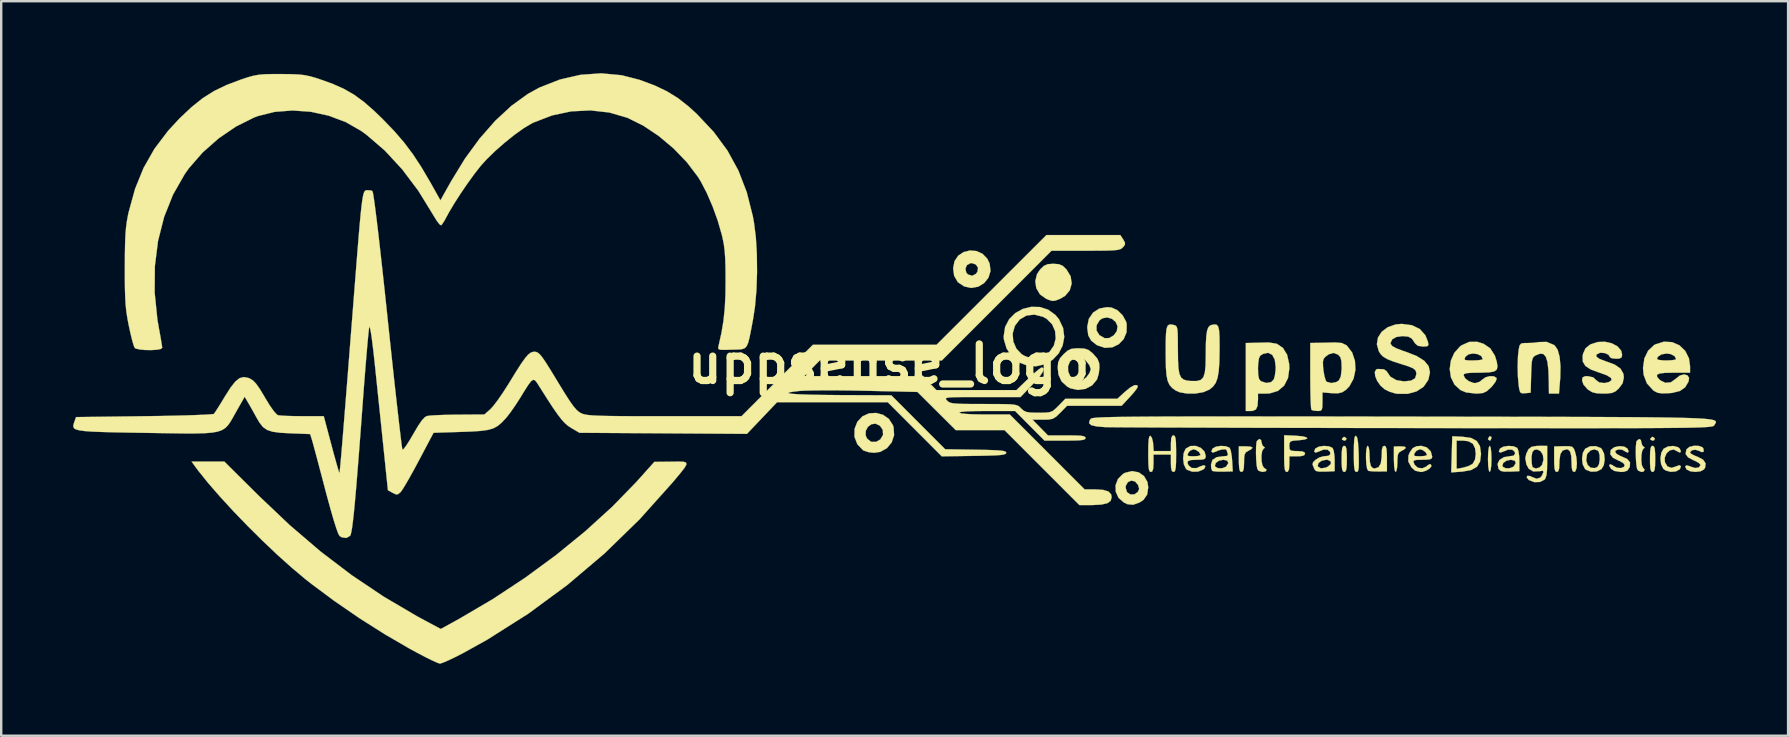
<source format=kicad_pcb>
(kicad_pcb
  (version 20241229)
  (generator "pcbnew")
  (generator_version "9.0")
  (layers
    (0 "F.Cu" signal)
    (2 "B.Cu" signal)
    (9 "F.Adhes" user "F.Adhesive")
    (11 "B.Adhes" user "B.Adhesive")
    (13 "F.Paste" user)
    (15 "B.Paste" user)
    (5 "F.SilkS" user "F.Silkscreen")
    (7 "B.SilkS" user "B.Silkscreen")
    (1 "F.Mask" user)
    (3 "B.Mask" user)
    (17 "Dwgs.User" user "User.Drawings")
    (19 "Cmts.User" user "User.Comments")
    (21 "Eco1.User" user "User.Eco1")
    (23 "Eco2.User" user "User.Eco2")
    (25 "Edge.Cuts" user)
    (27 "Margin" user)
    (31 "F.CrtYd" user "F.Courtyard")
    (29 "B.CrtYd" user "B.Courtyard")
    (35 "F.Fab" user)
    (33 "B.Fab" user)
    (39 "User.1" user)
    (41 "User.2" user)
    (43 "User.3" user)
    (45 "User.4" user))
  (footprint "uppsense_logo"
    (layer "F.Cu")
    (at 33.969 12.111)
    (property "Reference" "uppsense_logo" (at 0 0 0) (layer "F.SilkS") (effects (font (size 1.524 1.524) (thickness 0.3))))
    (attr through_hole)
    (fp_poly (pts (xy 19.063 3.094) (xy 19.072 3.115) (xy 19.037 3.181) (xy 18.977 3.193) (xy 18.887 3.156) (xy 18.882 3.115) (xy 18.957 3.04) (xy 18.977 3.037) (xy 19.063 3.094)) (stroke (width 0.01) (type solid)) (fill yes) (layer "F.SilkS"))
    (fp_poly (pts (xy 25.099 3.028) (xy 25.11 3.08) (xy 25.072 3.179) (xy 25.037 3.193) (xy 24.967 3.141) (xy 24.965 3.125) (xy 25.017 3.027) (xy 25.037 3.012) (xy 25.099 3.028)) (stroke (width 0.01) (type solid)) (fill yes) (layer "F.SilkS"))
    (fp_poly (pts (xy 31.908 3.094) (xy 31.918 3.115) (xy 31.882 3.181) (xy 31.823 3.193) (xy 31.732 3.156) (xy 31.728 3.115) (xy 31.803 3.04) (xy 31.823 3.037) (xy 31.908 3.094)) (stroke (width 0.01) (type solid)) (fill yes) (layer "F.SilkS"))
    (fp_poly (pts (xy 19.035 3.439) (xy 19.069 3.542) (xy 19.084 3.746) (xy 19.086 3.955) (xy 19.081 4.242) (xy 19.06 4.411) (xy 19.019 4.487) (xy 18.977 4.499) (xy 18.92 4.471) (xy 18.886 4.368) (xy 18.871 4.164) (xy 18.869 3.955) (xy 18.874 3.668) (xy 18.895 3.5) (xy 18.936 3.423) (xy 18.977 3.411) (xy 19.035 3.439)) (stroke (width 0.01) (type solid)) (fill yes) (layer "F.SilkS"))
    (fp_poly (pts (xy 25.074 3.478) (xy 25.099 3.661) (xy 25.11 3.93) (xy 25.11 3.955) (xy 25.101 4.229) (xy 25.076 4.421) (xy 25.041 4.499) (xy 25.037 4.499) (xy 25.001 4.432) (xy 24.975 4.249) (xy 24.965 3.981) (xy 24.965 3.955) (xy 24.974 3.681) (xy 24.998 3.49) (xy 25.034 3.411) (xy 25.037 3.411) (xy 25.074 3.478)) (stroke (width 0.01) (type solid)) (fill yes) (layer "F.SilkS"))
    (fp_poly (pts (xy 31.88 3.439) (xy 31.914 3.542) (xy 31.929 3.746) (xy 31.931 3.955) (xy 31.926 4.242) (xy 31.905 4.411) (xy 31.864 4.487) (xy 31.823 4.499) (xy 31.765 4.471) (xy 31.731 4.368) (xy 31.716 4.164) (xy 31.714 3.955) (xy 31.719 3.668) (xy 31.74 3.5) (xy 31.781 3.423) (xy 31.823 3.411) (xy 31.88 3.439)) (stroke (width 0.01) (type solid)) (fill yes) (layer "F.SilkS"))
    (fp_poly (pts (xy 15.088 3.446) (xy 15.158 3.491) (xy 15.086 3.564) (xy 14.986 3.615) (xy 14.88 3.68) (xy 14.826 3.778) (xy 14.806 3.953) (xy 14.805 4.099) (xy 14.795 4.34) (xy 14.761 4.464) (xy 14.696 4.499) (xy 14.638 4.471) (xy 14.604 4.366) (xy 14.589 4.161) (xy 14.587 3.965) (xy 14.587 3.431) (xy 14.877 3.431) (xy 15.088 3.446)) (stroke (width 0.01) (type solid)) (fill yes) (layer "F.SilkS"))
    (fp_poly (pts (xy 21.491 3.445) (xy 21.544 3.494) (xy 21.458 3.572) (xy 21.372 3.615) (xy 21.267 3.68) (xy 21.212 3.778) (xy 21.193 3.953) (xy 21.191 4.099) (xy 21.179 4.318) (xy 21.148 4.463) (xy 21.118 4.499) (xy 21.081 4.432) (xy 21.056 4.25) (xy 21.046 3.985) (xy 21.046 3.97) (xy 21.046 3.44) (xy 21.3 3.432) (xy 21.491 3.445)) (stroke (width 0.01) (type solid)) (fill yes) (layer "F.SilkS"))
    (fp_poly (pts (xy 19.467 2.993) (xy 19.516 3.071) (xy 19.551 3.271) (xy 19.573 3.604) (xy 19.579 3.761) (xy 19.585 4.1) (xy 19.58 4.319) (xy 19.559 4.442) (xy 19.521 4.493) (xy 19.488 4.499) (xy 19.437 4.478) (xy 19.405 4.397) (xy 19.386 4.233) (xy 19.378 3.963) (xy 19.377 3.731) (xy 19.381 3.374) (xy 19.395 3.143) (xy 19.422 3.022) (xy 19.463 2.992) (xy 19.467 2.993)) (stroke (width 0.01) (type solid)) (fill yes) (layer "F.SilkS"))
    (fp_poly (pts (xy 7.09 -4.156) (xy 7.251 -4.087) (xy 7.408 -3.936) (xy 7.581 -3.65) (xy 7.624 -3.351) (xy 7.544 -3.068) (xy 7.347 -2.834) (xy 7.141 -2.714) (xy 6.953 -2.641) (xy 6.823 -2.624) (xy 6.679 -2.666) (xy 6.554 -2.719) (xy 6.302 -2.899) (xy 6.15 -3.154) (xy 6.107 -3.447) (xy 6.179 -3.742) (xy 6.308 -3.936) (xy 6.467 -4.088) (xy 6.629 -4.157) (xy 6.858 -4.173) (xy 7.09 -4.156)) (stroke (width 0.01) (type solid)) (fill yes) (layer "F.SilkS"))
    (fp_poly (pts (xy 15.513 3.169) (xy 15.53 3.26) (xy 15.572 3.396) (xy 15.621 3.441) (xy 15.674 3.489) (xy 15.621 3.526) (xy 15.559 3.624) (xy 15.53 3.807) (xy 15.532 4.021) (xy 15.565 4.21) (xy 15.626 4.321) (xy 15.639 4.328) (xy 15.741 4.402) (xy 15.713 4.47) (xy 15.571 4.499) (xy 15.413 4.451) (xy 15.356 4.372) (xy 15.327 4.208) (xy 15.308 3.968) (xy 15.301 3.7) (xy 15.305 3.451) (xy 15.322 3.268) (xy 15.339 3.209) (xy 15.437 3.125) (xy 15.513 3.169)) (stroke (width 0.01) (type solid)) (fill yes) (layer "F.SilkS"))
    (fp_poly (pts (xy 31.334 3.169) (xy 31.351 3.26) (xy 31.393 3.396) (xy 31.442 3.441) (xy 31.495 3.489) (xy 31.442 3.526) (xy 31.389 3.618) (xy 31.358 3.799) (xy 31.352 4.012) (xy 31.371 4.201) (xy 31.417 4.313) (xy 31.423 4.318) (xy 31.495 4.41) (xy 31.441 4.484) (xy 31.356 4.499) (xy 31.221 4.442) (xy 31.176 4.372) (xy 31.147 4.208) (xy 31.129 3.968) (xy 31.121 3.7) (xy 31.125 3.451) (xy 31.142 3.268) (xy 31.159 3.209) (xy 31.258 3.125) (xy 31.334 3.169)) (stroke (width 0.01) (type solid)) (fill yes) (layer "F.SilkS"))
    (fp_poly (pts (xy 32.88 3.467) (xy 32.949 3.521) (xy 33.002 3.636) (xy 32.966 3.694) (xy 32.87 3.653) (xy 32.859 3.642) (xy 32.702 3.564) (xy 32.54 3.599) (xy 32.405 3.72) (xy 32.328 3.901) (xy 32.334 4.09) (xy 32.438 4.267) (xy 32.609 4.329) (xy 32.794 4.27) (xy 32.937 4.217) (xy 33.003 4.257) (xy 32.965 4.368) (xy 32.949 4.389) (xy 32.793 4.477) (xy 32.579 4.494) (xy 32.371 4.44) (xy 32.269 4.367) (xy 32.177 4.179) (xy 32.149 3.934) (xy 32.186 3.695) (xy 32.282 3.531) (xy 32.465 3.438) (xy 32.686 3.416) (xy 32.88 3.467)) (stroke (width 0.01) (type solid)) (fill yes) (layer "F.SilkS"))
    (fp_poly (pts (xy 28.471 3.452) (xy 28.54 3.525) (xy 28.587 3.642) (xy 28.646 3.881) (xy 28.668 4.126) (xy 28.654 4.336) (xy 28.606 4.471) (xy 28.557 4.499) (xy 28.488 4.46) (xy 28.455 4.324) (xy 28.448 4.143) (xy 28.434 3.835) (xy 28.387 3.65) (xy 28.301 3.566) (xy 28.237 3.556) (xy 28.076 3.605) (xy 27.979 3.759) (xy 27.941 4.034) (xy 27.94 4.115) (xy 27.93 4.351) (xy 27.893 4.47) (xy 27.831 4.499) (xy 27.773 4.47) (xy 27.739 4.366) (xy 27.724 4.159) (xy 27.722 3.968) (xy 27.722 3.437) (xy 28.115 3.426) (xy 28.344 3.425) (xy 28.471 3.452)) (stroke (width 0.01) (type solid)) (fill yes) (layer "F.SilkS"))
    (fp_poly (pts (xy 20.705 3.44) (xy 20.738 3.544) (xy 20.753 3.751) (xy 20.755 3.943) (xy 20.755 4.475) (xy 20.411 4.479) (xy 20.186 4.475) (xy 20.017 4.459) (xy 19.975 4.449) (xy 19.93 4.368) (xy 19.9 4.192) (xy 19.884 3.967) (xy 19.885 3.734) (xy 19.902 3.539) (xy 19.936 3.424) (xy 19.957 3.411) (xy 19.999 3.476) (xy 20.025 3.643) (xy 20.03 3.768) (xy 20.044 4.075) (xy 20.09 4.261) (xy 20.177 4.344) (xy 20.241 4.354) (xy 20.402 4.306) (xy 20.498 4.151) (xy 20.536 3.877) (xy 20.538 3.795) (xy 20.548 3.56) (xy 20.585 3.441) (xy 20.647 3.411) (xy 20.705 3.44)) (stroke (width 0.01) (type solid)) (fill yes) (layer "F.SilkS"))
    (fp_poly (pts (xy 23.912 3.033) (xy 24.264 3.084) (xy 24.498 3.209) (xy 24.63 3.422) (xy 24.674 3.737) (xy 24.674 3.765) (xy 24.634 4.071) (xy 24.504 4.284) (xy 24.268 4.417) (xy 23.914 4.482) (xy 23.872 4.486) (xy 23.435 4.517) (xy 23.456 3.764) (xy 23.472 3.193) (xy 23.658 3.193) (xy 23.658 4.37) (xy 23.93 4.32) (xy 24.146 4.256) (xy 24.315 4.168) (xy 24.33 4.155) (xy 24.423 3.989) (xy 24.456 3.753) (xy 24.428 3.511) (xy 24.337 3.327) (xy 24.336 3.326) (xy 24.15 3.22) (xy 23.937 3.193) (xy 23.658 3.193) (xy 23.472 3.193) (xy 23.477 3.012) (xy 23.912 3.033)) (stroke (width 0.01) (type solid)) (fill yes) (layer "F.SilkS"))
    (fp_poly (pts (xy 3.654 -4.704) (xy 3.906 -4.591) (xy 4.109 -4.383) (xy 4.207 -4.178) (xy 4.242 -3.873) (xy 4.158 -3.596) (xy 3.979 -3.37) (xy 3.732 -3.219) (xy 3.443 -3.166) (xy 3.148 -3.228) (xy 2.88 -3.407) (xy 2.727 -3.673) (xy 2.686 -3.969) (xy 3.197 -3.969) (xy 3.231 -3.807) (xy 3.302 -3.728) (xy 3.477 -3.673) (xy 3.635 -3.753) (xy 3.7 -3.845) (xy 3.722 -4.008) (xy 3.633 -4.141) (xy 3.469 -4.201) (xy 3.407 -4.198) (xy 3.26 -4.118) (xy 3.197 -3.969) (xy 2.686 -3.969) (xy 2.685 -3.977) (xy 2.743 -4.282) (xy 2.898 -4.511) (xy 3.121 -4.66) (xy 3.383 -4.726) (xy 3.654 -4.704)) (stroke (width 0.01) (type solid)) (fill yes) (layer "F.SilkS"))
    (fp_poly (pts (xy 10.416 4.516) (xy 10.639 4.674) (xy 10.78 4.918) (xy 10.813 5.137) (xy 10.768 5.441) (xy 10.619 5.657) (xy 10.452 5.769) (xy 10.188 5.864) (xy 9.953 5.844) (xy 9.805 5.777) (xy 9.577 5.58) (xy 9.46 5.325) (xy 9.455 5.154) (xy 9.87 5.154) (xy 9.926 5.336) (xy 10.064 5.434) (xy 10.235 5.433) (xy 10.379 5.332) (xy 10.435 5.205) (xy 10.39 5.042) (xy 10.264 4.895) (xy 10.106 4.859) (xy 9.961 4.925) (xy 9.876 5.082) (xy 9.87 5.154) (xy 9.455 5.154) (xy 9.452 5.051) (xy 9.551 4.792) (xy 9.757 4.584) (xy 9.846 4.534) (xy 10.142 4.463) (xy 10.416 4.516)) (stroke (width 0.01) (type solid)) (fill yes) (layer "F.SilkS"))
    (fp_poly (pts (xy 16.964 2.99) (xy 17.245 3.016) (xy 17.405 3.057) (xy 17.439 3.103) (xy 17.341 3.146) (xy 17.105 3.177) (xy 17.072 3.179) (xy 16.851 3.196) (xy 16.738 3.231) (xy 16.697 3.305) (xy 16.691 3.415) (xy 16.701 3.546) (xy 16.757 3.609) (xy 16.898 3.627) (xy 17.018 3.629) (xy 17.233 3.643) (xy 17.331 3.691) (xy 17.345 3.737) (xy 17.302 3.809) (xy 17.157 3.842) (xy 17.018 3.846) (xy 16.691 3.846) (xy 16.691 4.173) (xy 16.677 4.388) (xy 16.629 4.486) (xy 16.583 4.499) (xy 16.533 4.476) (xy 16.501 4.391) (xy 16.482 4.219) (xy 16.475 3.939) (xy 16.474 3.734) (xy 16.474 2.969) (xy 16.964 2.99)) (stroke (width 0.01) (type solid)) (fill yes) (layer "F.SilkS"))
    (fp_poly (pts (xy 29.657 3.5) (xy 29.707 3.544) (xy 29.799 3.732) (xy 29.827 3.977) (xy 29.79 4.215) (xy 29.694 4.379) (xy 29.495 4.478) (xy 29.259 4.488) (xy 29.053 4.411) (xy 29.004 4.367) (xy 28.911 4.179) (xy 28.893 4.019) (xy 29.056 4.019) (xy 29.117 4.209) (xy 29.246 4.324) (xy 29.42 4.337) (xy 29.526 4.29) (xy 29.59 4.179) (xy 29.62 3.991) (xy 29.614 3.789) (xy 29.569 3.637) (xy 29.552 3.615) (xy 29.406 3.556) (xy 29.24 3.6) (xy 29.111 3.727) (xy 29.086 3.781) (xy 29.056 4.019) (xy 28.893 4.019) (xy 28.884 3.934) (xy 28.921 3.695) (xy 29.016 3.531) (xy 29.215 3.432) (xy 29.451 3.422) (xy 29.657 3.5)) (stroke (width 0.01) (type solid)) (fill yes) (layer "F.SilkS"))
    (fp_poly (pts (xy -0.236 2.118) (xy 0.008 2.289) (xy 0.176 2.548) (xy 0.205 2.637) (xy 0.226 2.967) (xy 0.126 3.267) (xy -0.074 3.509) (xy -0.35 3.662) (xy -0.602 3.701) (xy -0.838 3.675) (xy -1.038 3.609) (xy -1.073 3.588) (xy -1.305 3.344) (xy -1.424 3.038) (xy -1.424 2.985) (xy -0.957 2.985) (xy -0.895 3.115) (xy -0.73 3.243) (xy -0.528 3.247) (xy -0.35 3.146) (xy -0.234 2.956) (xy -0.246 2.746) (xy -0.365 2.574) (xy -0.545 2.486) (xy -0.722 2.512) (xy -0.868 2.623) (xy -0.956 2.79) (xy -0.957 2.985) (xy -1.424 2.985) (xy -1.421 2.706) (xy -1.306 2.411) (xy -1.092 2.181) (xy -0.82 2.059) (xy -0.523 2.04) (xy -0.236 2.118)) (stroke (width 0.01) (type solid)) (fill yes) (layer "F.SilkS"))
    (fp_poly (pts (xy 9.292 -2.347) (xy 9.537 -2.233) (xy 9.75 -2.022) (xy 9.891 -1.759) (xy 9.916 -1.659) (xy 9.909 -1.32) (xy 9.789 -1.034) (xy 9.581 -0.819) (xy 9.313 -0.692) (xy 9.009 -0.671) (xy 8.695 -0.774) (xy 8.659 -0.795) (xy 8.436 -0.971) (xy 8.315 -1.187) (xy 8.274 -1.485) (xy 8.273 -1.546) (xy 8.285 -1.609) (xy 8.659 -1.609) (xy 8.66 -1.39) (xy 8.78 -1.199) (xy 8.999 -1.073) (xy 9.189 -1.08) (xy 9.377 -1.193) (xy 9.503 -1.364) (xy 9.534 -1.571) (xy 9.455 -1.751) (xy 9.3 -1.88) (xy 9.104 -1.938) (xy 8.901 -1.901) (xy 8.786 -1.819) (xy 8.659 -1.609) (xy 8.285 -1.609) (xy 8.337 -1.877) (xy 8.512 -2.137) (xy 8.774 -2.307) (xy 9.098 -2.367) (xy 9.292 -2.347)) (stroke (width 0.01) (type solid)) (fill yes) (layer "F.SilkS"))
    (fp_poly (pts (xy 11.915 2.999) (xy 11.947 3.084) (xy 11.966 3.256) (xy 11.973 3.537) (xy 11.974 3.737) (xy 11.971 4.085) (xy 11.959 4.312) (xy 11.934 4.44) (xy 11.894 4.493) (xy 11.865 4.499) (xy 11.797 4.461) (xy 11.764 4.326) (xy 11.757 4.137) (xy 11.757 3.774) (xy 11.031 3.774) (xy 11.031 4.137) (xy 11.019 4.365) (xy 10.979 4.476) (xy 10.922 4.499) (xy 10.872 4.476) (xy 10.84 4.391) (xy 10.822 4.22) (xy 10.814 3.94) (xy 10.813 3.731) (xy 10.817 3.374) (xy 10.832 3.143) (xy 10.859 3.022) (xy 10.9 2.992) (xy 10.904 2.993) (xy 10.965 3.078) (xy 11.009 3.253) (xy 11.017 3.326) (xy 11.039 3.629) (xy 11.757 3.629) (xy 11.757 3.302) (xy 11.771 3.087) (xy 11.819 2.989) (xy 11.865 2.975) (xy 11.915 2.999)) (stroke (width 0.01) (type solid)) (fill yes) (layer "F.SilkS"))
    (fp_poly (pts (xy 30.634 3.442) (xy 30.769 3.518) (xy 30.824 3.634) (xy 30.791 3.694) (xy 30.698 3.657) (xy 30.682 3.642) (xy 30.552 3.572) (xy 30.4 3.56) (xy 30.287 3.604) (xy 30.262 3.659) (xy 30.324 3.748) (xy 30.477 3.833) (xy 30.51 3.844) (xy 30.764 3.959) (xy 30.882 4.099) (xy 30.874 4.274) (xy 30.855 4.32) (xy 30.769 4.443) (xy 30.627 4.493) (xy 30.493 4.499) (xy 30.229 4.456) (xy 30.092 4.367) (xy 30.015 4.237) (xy 30.044 4.177) (xy 30.152 4.215) (xy 30.196 4.251) (xy 30.342 4.326) (xy 30.505 4.337) (xy 30.628 4.288) (xy 30.661 4.216) (xy 30.599 4.127) (xy 30.446 4.042) (xy 30.412 4.029) (xy 30.172 3.909) (xy 30.058 3.76) (xy 30.077 3.593) (xy 30.089 3.574) (xy 30.225 3.471) (xy 30.429 3.425) (xy 30.634 3.442)) (stroke (width 0.01) (type solid)) (fill yes) (layer "F.SilkS"))
    (fp_poly (pts (xy 33.739 3.412) (xy 33.892 3.466) (xy 33.938 3.523) (xy 33.954 3.65) (xy 33.874 3.674) (xy 33.762 3.622) (xy 33.608 3.573) (xy 33.462 3.594) (xy 33.385 3.674) (xy 33.383 3.693) (xy 33.445 3.755) (xy 33.603 3.832) (xy 33.691 3.864) (xy 33.923 3.985) (xy 34.032 4.144) (xy 34.009 4.322) (xy 33.96 4.395) (xy 33.818 4.471) (xy 33.607 4.497) (xy 33.394 4.472) (xy 33.243 4.397) (xy 33.236 4.389) (xy 33.178 4.272) (xy 33.231 4.224) (xy 33.372 4.258) (xy 33.414 4.279) (xy 33.595 4.334) (xy 33.745 4.312) (xy 33.817 4.221) (xy 33.818 4.206) (xy 33.757 4.132) (xy 33.603 4.043) (xy 33.532 4.013) (xy 33.297 3.889) (xy 33.198 3.749) (xy 33.227 3.578) (xy 33.241 3.551) (xy 33.357 3.456) (xy 33.542 3.409) (xy 33.739 3.412)) (stroke (width 0.01) (type solid)) (fill yes) (layer "F.SilkS"))
    (fp_poly (pts (xy 27.715 -0.79) (xy 27.749 -0.765) (xy 27.868 -0.592) (xy 27.948 -0.3) (xy 27.985 0.09) (xy 27.977 0.557) (xy 27.971 0.635) (xy 27.923 1.234) (xy 27.505 1.234) (xy 27.499 0.744) (xy 27.483 0.265) (xy 27.443 -0.08) (xy 27.373 -0.304) (xy 27.269 -0.416) (xy 27.125 -0.427) (xy 26.953 -0.359) (xy 26.876 -0.308) (xy 26.825 -0.233) (xy 26.794 -0.106) (xy 26.776 0.104) (xy 26.764 0.427) (xy 26.763 0.465) (xy 26.743 1.197) (xy 26.517 1.219) (xy 26.38 1.224) (xy 26.306 1.178) (xy 26.267 1.046) (xy 26.245 0.901) (xy 26.211 0.521) (xy 26.201 0.094) (xy 26.214 -0.314) (xy 26.245 -0.602) (xy 26.283 -0.776) (xy 26.351 -0.854) (xy 26.496 -0.872) (xy 26.589 -0.871) (xy 26.836 -0.879) (xy 27.057 -0.906) (xy 27.086 -0.912) (xy 27.411 -0.919) (xy 27.715 -0.79)) (stroke (width 0.01) (type solid)) (fill yes) (layer "F.SilkS"))
    (fp_poly (pts (xy 26.035 3.431) (xy 26.184 3.498) (xy 26.184 3.498) (xy 26.231 3.615) (xy 26.263 3.829) (xy 26.271 4.027) (xy 26.271 4.468) (xy 25.875 4.485) (xy 25.633 4.486) (xy 25.494 4.455) (xy 25.416 4.382) (xy 25.403 4.361) (xy 25.379 4.239) (xy 25.564 4.239) (xy 25.579 4.279) (xy 25.692 4.343) (xy 25.861 4.345) (xy 26.015 4.287) (xy 26.039 4.267) (xy 26.124 4.125) (xy 26.075 4.026) (xy 25.917 3.991) (xy 25.731 4.03) (xy 25.601 4.123) (xy 25.564 4.239) (xy 25.379 4.239) (xy 25.364 4.164) (xy 25.447 3.996) (xy 25.631 3.882) (xy 25.855 3.846) (xy 26.037 3.82) (xy 26.094 3.734) (xy 26.077 3.658) (xy 25.976 3.571) (xy 25.804 3.569) (xy 25.62 3.644) (xy 25.48 3.694) (xy 25.417 3.65) (xy 25.459 3.537) (xy 25.471 3.521) (xy 25.611 3.445) (xy 25.822 3.414) (xy 26.035 3.431)) (stroke (width 0.01) (type solid)) (fill yes) (layer "F.SilkS"))
    (fp_poly (pts (xy 16.165 -0.842) (xy 16.422 -0.669) (xy 16.597 -0.386) (xy 16.683 -0.000225) (xy 16.691 0.183) (xy 16.635 0.586) (xy 16.473 0.903) (xy 16.218 1.12) (xy 15.879 1.225) (xy 15.738 1.234) (xy 15.385 1.234) (xy 15.385 1.482) (xy 15.366 1.746) (xy 15.298 1.895) (xy 15.164 1.955) (xy 15.087 1.959) (xy 14.877 1.959) (xy 14.877 0.187) (xy 15.385 0.187) (xy 15.394 0.458) (xy 15.428 0.621) (xy 15.494 0.708) (xy 15.512 0.72) (xy 15.732 0.792) (xy 15.927 0.758) (xy 16.04 0.65) (xy 16.087 0.492) (xy 16.117 0.257) (xy 16.122 0.127) (xy 16.084 -0.181) (xy 15.975 -0.381) (xy 15.808 -0.465) (xy 15.598 -0.42) (xy 15.476 -0.343) (xy 15.422 -0.226) (xy 15.391 0.006) (xy 15.385 0.187) (xy 14.877 0.187) (xy 14.877 -0.872) (xy 15.186 -0.879) (xy 15.465 -0.886) (xy 15.769 -0.893) (xy 15.833 -0.895) (xy 16.165 -0.842)) (stroke (width 0.01) (type solid)) (fill yes) (layer "F.SilkS"))
    (fp_poly (pts (xy 6.295 -2.372) (xy 6.639 -2.263) (xy 6.943 -2.044) (xy 7.092 -1.865) (xy 7.266 -1.498) (xy 7.314 -1.123) (xy 7.247 -0.764) (xy 7.082 -0.44) (xy 6.832 -0.174) (xy 6.512 0.012) (xy 6.137 0.097) (xy 5.799 0.076) (xy 5.437 -0.062) (xy 5.133 -0.311) (xy 4.913 -0.64) (xy 4.8 -1.02) (xy 4.791 -1.156) (xy 4.809 -1.267) (xy 5.164 -1.267) (xy 5.19 -0.937) (xy 5.321 -0.635) (xy 5.544 -0.402) (xy 5.68 -0.325) (xy 5.94 -0.238) (xy 6.164 -0.237) (xy 6.423 -0.322) (xy 6.702 -0.507) (xy 6.881 -0.764) (xy 6.958 -1.062) (xy 6.933 -1.369) (xy 6.808 -1.652) (xy 6.58 -1.881) (xy 6.434 -1.962) (xy 6.073 -2.056) (xy 5.741 -2.017) (xy 5.459 -1.853) (xy 5.257 -1.587) (xy 5.164 -1.267) (xy 4.809 -1.267) (xy 4.851 -1.543) (xy 5.021 -1.867) (xy 5.274 -2.119) (xy 5.588 -2.292) (xy 5.936 -2.379) (xy 6.295 -2.372)) (stroke (width 0.01) (type solid)) (fill yes) (layer "F.SilkS"))
    (fp_poly (pts (xy 13.003 3.496) (xy 13.155 3.648) (xy 13.208 3.834) (xy 13.191 3.929) (xy 13.117 3.976) (xy 12.948 3.991) (xy 12.857 3.991) (xy 12.603 4.002) (xy 12.473 4.041) (xy 12.448 4.122) (xy 12.487 4.219) (xy 12.621 4.333) (xy 12.817 4.339) (xy 12.988 4.266) (xy 13.127 4.218) (xy 13.193 4.256) (xy 13.157 4.349) (xy 13.103 4.397) (xy 12.89 4.483) (xy 12.647 4.488) (xy 12.439 4.413) (xy 12.385 4.367) (xy 12.298 4.187) (xy 12.266 3.946) (xy 12.282 3.793) (xy 12.446 3.793) (xy 12.489 3.835) (xy 12.641 3.846) (xy 12.697 3.846) (xy 12.88 3.834) (xy 12.982 3.802) (xy 12.99 3.788) (xy 12.93 3.67) (xy 12.791 3.578) (xy 12.688 3.556) (xy 12.555 3.614) (xy 12.482 3.701) (xy 12.446 3.793) (xy 12.282 3.793) (xy 12.291 3.705) (xy 12.373 3.531) (xy 12.379 3.525) (xy 12.571 3.418) (xy 12.794 3.414) (xy 13.003 3.496)) (stroke (width 0.01) (type solid)) (fill yes) (layer "F.SilkS"))
    (fp_poly (pts (xy 14.049 3.428) (xy 14.196 3.489) (xy 14.208 3.502) (xy 14.252 3.619) (xy 14.289 3.831) (xy 14.308 4.034) (xy 14.333 4.475) (xy 13.926 4.486) (xy 13.695 4.484) (xy 13.528 4.468) (xy 13.473 4.45) (xy 13.438 4.349) (xy 13.429 4.239) (xy 13.59 4.239) (xy 13.605 4.279) (xy 13.717 4.343) (xy 13.887 4.345) (xy 14.04 4.287) (xy 14.064 4.267) (xy 14.15 4.125) (xy 14.101 4.026) (xy 13.943 3.991) (xy 13.757 4.03) (xy 13.627 4.123) (xy 13.59 4.239) (xy 13.429 4.239) (xy 13.426 4.2) (xy 13.485 3.999) (xy 13.664 3.882) (xy 13.937 3.846) (xy 14.093 3.831) (xy 14.134 3.773) (xy 14.123 3.731) (xy 14.084 3.616) (xy 14.079 3.586) (xy 14.02 3.555) (xy 13.883 3.564) (xy 13.727 3.605) (xy 13.646 3.644) (xy 13.506 3.694) (xy 13.442 3.65) (xy 13.485 3.537) (xy 13.497 3.521) (xy 13.634 3.446) (xy 13.839 3.414) (xy 14.049 3.428)) (stroke (width 0.01) (type solid)) (fill yes) (layer "F.SilkS"))
    (fp_poly (pts (xy 18.343 3.431) (xy 18.491 3.498) (xy 18.491 3.498) (xy 18.539 3.615) (xy 18.57 3.829) (xy 18.578 4.027) (xy 18.578 4.468) (xy 18.177 4.485) (xy 17.936 4.486) (xy 17.802 4.458) (xy 17.738 4.392) (xy 17.731 4.374) (xy 17.678 4.239) (xy 17.871 4.239) (xy 17.887 4.279) (xy 18.008 4.349) (xy 18.198 4.322) (xy 18.293 4.279) (xy 18.42 4.165) (xy 18.415 4.058) (xy 18.289 3.996) (xy 18.224 3.991) (xy 18.039 4.03) (xy 17.909 4.123) (xy 17.871 4.239) (xy 17.678 4.239) (xy 17.678 4.238) (xy 17.657 4.194) (xy 17.677 4.098) (xy 17.79 3.987) (xy 17.95 3.892) (xy 18.113 3.847) (xy 18.131 3.846) (xy 18.327 3.825) (xy 18.4 3.753) (xy 18.384 3.658) (xy 18.283 3.571) (xy 18.111 3.569) (xy 17.927 3.644) (xy 17.788 3.694) (xy 17.724 3.65) (xy 17.766 3.537) (xy 17.779 3.521) (xy 17.919 3.445) (xy 18.129 3.414) (xy 18.343 3.431)) (stroke (width 0.01) (type solid)) (fill yes) (layer "F.SilkS"))
    (fp_poly (pts (xy 8.154 -0.64) (xy 8.322 -0.584) (xy 8.482 -0.458) (xy 8.534 -0.406) (xy 8.697 -0.216) (xy 8.768 -0.035) (xy 8.781 0.141) (xy 8.754 0.394) (xy 8.686 0.625) (xy 8.671 0.656) (xy 8.473 0.893) (xy 8.196 1.039) (xy 7.882 1.082) (xy 7.569 1.015) (xy 7.443 0.947) (xy 7.202 0.728) (xy 7.074 0.449) (xy 7.042 0.156) (xy 7.047 0.096) (xy 7.472 0.096) (xy 7.476 0.308) (xy 7.56 0.504) (xy 7.723 0.653) (xy 7.963 0.721) (xy 7.968 0.721) (xy 8.079 0.677) (xy 8.225 0.562) (xy 8.24 0.548) (xy 8.363 0.383) (xy 8.418 0.226) (xy 8.418 0.218) (xy 8.364 0.056) (xy 8.232 -0.116) (xy 8.07 -0.248) (xy 7.945 -0.29) (xy 7.706 -0.236) (xy 7.549 -0.096) (xy 7.472 0.096) (xy 7.047 0.096) (xy 7.06 -0.068) (xy 7.139 -0.24) (xy 7.286 -0.406) (xy 7.457 -0.557) (xy 7.616 -0.63) (xy 7.831 -0.652) (xy 7.91 -0.653) (xy 8.154 -0.64)) (stroke (width 0.01) (type solid)) (fill yes) (layer "F.SilkS"))
    (fp_poly (pts (xy 22.414 3.475) (xy 22.58 3.64) (xy 22.642 3.862) (xy 22.619 3.938) (xy 22.529 3.977) (xy 22.337 3.991) (xy 22.243 3.991) (xy 22.002 3.996) (xy 21.883 4.019) (xy 21.859 4.079) (xy 21.907 4.192) (xy 21.919 4.214) (xy 22.05 4.326) (xy 22.231 4.347) (xy 22.398 4.274) (xy 22.424 4.246) (xy 22.528 4.176) (xy 22.583 4.181) (xy 22.611 4.256) (xy 22.538 4.352) (xy 22.4 4.44) (xy 22.232 4.494) (xy 22.165 4.499) (xy 21.932 4.447) (xy 21.777 4.308) (xy 21.645 4.062) (xy 21.652 3.817) (xy 21.662 3.793) (xy 21.88 3.793) (xy 21.924 3.835) (xy 22.076 3.846) (xy 22.132 3.846) (xy 22.314 3.834) (xy 22.417 3.802) (xy 22.425 3.788) (xy 22.364 3.67) (xy 22.226 3.578) (xy 22.122 3.556) (xy 21.989 3.614) (xy 21.917 3.701) (xy 21.88 3.793) (xy 21.662 3.793) (xy 21.71 3.678) (xy 21.831 3.506) (xy 21.991 3.428) (xy 22.185 3.412) (xy 22.414 3.475)) (stroke (width 0.01) (type solid)) (fill yes) (layer "F.SilkS"))
    (fp_poly (pts (xy 27.432 4.059) (xy 27.425 4.403) (xy 27.401 4.631) (xy 27.356 4.77) (xy 27.318 4.821) (xy 27.132 4.916) (xy 26.897 4.923) (xy 26.678 4.84) (xy 26.666 4.832) (xy 26.577 4.726) (xy 26.603 4.661) (xy 26.716 4.668) (xy 26.781 4.702) (xy 26.993 4.784) (xy 27.15 4.732) (xy 27.212 4.649) (xy 27.278 4.501) (xy 27.248 4.448) (xy 27.111 4.468) (xy 26.85 4.479) (xy 26.662 4.364) (xy 26.563 4.18) (xy 26.525 3.941) (xy 26.779 3.941) (xy 26.789 4.145) (xy 26.815 4.283) (xy 26.827 4.306) (xy 26.965 4.356) (xy 27.121 4.307) (xy 27.216 4.206) (xy 27.277 3.992) (xy 27.252 3.789) (xy 27.157 3.634) (xy 27.012 3.562) (xy 26.898 3.578) (xy 26.814 3.666) (xy 26.781 3.859) (xy 26.779 3.941) (xy 26.525 3.941) (xy 26.521 3.919) (xy 26.564 3.731) (xy 26.655 3.549) (xy 26.78 3.453) (xy 26.984 3.416) (xy 27.124 3.412) (xy 27.432 3.411) (xy 27.432 4.059)) (stroke (width 0.01) (type solid)) (fill yes) (layer "F.SilkS"))
    (fp_poly (pts (xy 32.635 -0.909) (xy 32.939 -0.777) (xy 33.181 -0.546) (xy 33.337 -0.233) (xy 33.383 0.091) (xy 33.383 0.363) (xy 32.693 0.363) (xy 32.333 0.371) (xy 32.107 0.399) (xy 32.003 0.454) (xy 32.012 0.541) (xy 32.123 0.666) (xy 32.137 0.678) (xy 32.351 0.786) (xy 32.582 0.765) (xy 32.789 0.617) (xy 32.959 0.482) (xy 33.131 0.435) (xy 33.27 0.471) (xy 33.342 0.58) (xy 33.321 0.732) (xy 33.18 0.972) (xy 32.962 1.125) (xy 32.642 1.205) (xy 32.49 1.219) (xy 32.219 1.227) (xy 32.039 1.202) (xy 31.897 1.132) (xy 31.839 1.089) (xy 31.584 0.807) (xy 31.449 0.452) (xy 31.423 0.166) (xy 31.476 -0.203) (xy 32.004 -0.203) (xy 32.07 -0.171) (xy 32.239 -0.15) (xy 32.403 -0.145) (xy 32.622 -0.155) (xy 32.767 -0.179) (xy 32.802 -0.203) (xy 32.737 -0.327) (xy 32.572 -0.412) (xy 32.403 -0.435) (xy 32.19 -0.398) (xy 32.043 -0.301) (xy 32.004 -0.203) (xy 31.476 -0.203) (xy 31.479 -0.229) (xy 31.638 -0.556) (xy 31.886 -0.787) (xy 31.938 -0.816) (xy 32.293 -0.927) (xy 32.635 -0.909)) (stroke (width 0.01) (type solid)) (fill yes) (layer "F.SilkS"))
    (fp_poly (pts (xy 18.871 -0.873) (xy 19.065 -0.782) (xy 19.091 -0.76) (xy 19.307 -0.477) (xy 19.424 -0.128) (xy 19.443 0.248) (xy 19.366 0.614) (xy 19.192 0.931) (xy 19.041 1.084) (xy 18.882 1.184) (xy 18.708 1.224) (xy 18.455 1.217) (xy 18.451 1.217) (xy 18.07 1.185) (xy 18.07 1.572) (xy 18.066 1.796) (xy 18.04 1.911) (xy 17.974 1.954) (xy 17.865 1.959) (xy 17.698 1.944) (xy 17.611 1.911) (xy 17.595 1.826) (xy 17.582 1.62) (xy 17.572 1.316) (xy 17.565 0.936) (xy 17.562 0.506) (xy 17.562 0.495) (xy 17.562 -0.091) (xy 18.089 -0.091) (xy 18.095 0.11) (xy 18.11 0.252) (xy 18.149 0.493) (xy 18.201 0.673) (xy 18.242 0.743) (xy 18.438 0.796) (xy 18.651 0.753) (xy 18.755 0.684) (xy 18.834 0.524) (xy 18.867 0.242) (xy 18.869 0.144) (xy 18.859 -0.113) (xy 18.822 -0.269) (xy 18.745 -0.367) (xy 18.715 -0.39) (xy 18.529 -0.46) (xy 18.332 -0.402) (xy 18.192 -0.3) (xy 18.119 -0.213) (xy 18.089 -0.091) (xy 17.562 -0.091) (xy 17.562 -0.874) (xy 17.907 -0.88) (xy 18.21 -0.886) (xy 18.527 -0.893) (xy 18.591 -0.895) (xy 18.871 -0.873)) (stroke (width 0.01) (type solid)) (fill yes) (layer "F.SilkS"))
    (fp_poly (pts (xy -26.23 5.5) (xy -24.942 6.721) (xy -23.661 7.816) (xy -22.366 8.801) (xy -21.036 9.693) (xy -19.65 10.508) (xy -19.35 10.67) (xy -18.658 11.04) (xy -17.855 10.597) (xy -16.481 9.789) (xy -15.139 8.903) (xy -13.849 7.956) (xy -12.634 6.965) (xy -11.516 5.949) (xy -10.519 4.925) (xy -10.42 4.815) (xy -9.761 4.079) (xy -9.051 4.071) (xy -8.752 4.067) (xy -8.549 4.074) (xy -8.44 4.108) (xy -8.425 4.187) (xy -8.502 4.325) (xy -8.671 4.541) (xy -8.93 4.852) (xy -9 4.935) (xy -10.369 6.464) (xy -11.833 7.89) (xy -13.385 9.205) (xy -15.016 10.405) (xy -16.718 11.482) (xy -17.714 12.036) (xy -18.04 12.204) (xy -18.33 12.342) (xy -18.554 12.439) (xy -18.684 12.481) (xy -18.694 12.482) (xy -18.8 12.448) (xy -19.009 12.354) (xy -19.298 12.211) (xy -19.642 12.031) (xy -19.957 11.86) (xy -20.993 11.258) (xy -22.051 10.587) (xy -23.082 9.879) (xy -24.038 9.169) (xy -24.311 8.953) (xy -24.866 8.487) (xy -25.464 7.951) (xy -26.083 7.364) (xy -26.702 6.75) (xy -27.301 6.129) (xy -27.857 5.524) (xy -28.35 4.957) (xy -28.759 4.448) (xy -28.895 4.264) (xy -29.038 4.064) (xy -27.677 4.064) (xy -26.23 5.5)) (stroke (width 0.01) (type solid)) (fill yes) (layer "F.SilkS"))
    (fp_poly (pts (xy 13.666 -1.631) (xy 13.728 -1.554) (xy 13.764 -1.397) (xy 13.781 -1.14) (xy 13.785 -0.764) (xy 13.784 -0.591) (xy 13.776 -0.086) (xy 13.749 0.298) (xy 13.7 0.582) (xy 13.623 0.79) (xy 13.51 0.945) (xy 13.361 1.068) (xy 13.105 1.176) (xy 12.776 1.232) (xy 12.428 1.233) (xy 12.119 1.179) (xy 11.965 1.112) (xy 11.812 1.002) (xy 11.7 0.875) (xy 11.623 0.709) (xy 11.575 0.478) (xy 11.549 0.159) (xy 11.54 -0.271) (xy 11.539 -0.493) (xy 11.541 -0.939) (xy 11.552 -1.258) (xy 11.576 -1.469) (xy 11.621 -1.591) (xy 11.692 -1.642) (xy 11.795 -1.642) (xy 11.895 -1.619) (xy 11.957 -1.595) (xy 11.999 -1.545) (xy 12.026 -1.446) (xy 12.04 -1.272) (xy 12.046 -0.999) (xy 12.048 -0.627) (xy 12.053 -0.16) (xy 12.071 0.181) (xy 12.112 0.417) (xy 12.184 0.569) (xy 12.294 0.655) (xy 12.452 0.697) (xy 12.604 0.711) (xy 12.835 0.711) (xy 12.999 0.666) (xy 13.107 0.555) (xy 13.17 0.361) (xy 13.2 0.061) (xy 13.208 -0.363) (xy 13.208 -0.37) (xy 13.213 -0.829) (xy 13.231 -1.162) (xy 13.265 -1.39) (xy 13.319 -1.531) (xy 13.396 -1.605) (xy 13.441 -1.621) (xy 13.573 -1.647) (xy 13.666 -1.631)) (stroke (width 0.01) (type solid)) (fill yes) (layer "F.SilkS"))
    (fp_poly (pts (xy 30.126 -0.859) (xy 30.361 -0.732) (xy 30.513 -0.553) (xy 30.553 -0.386) (xy 30.531 -0.272) (xy 30.439 -0.225) (xy 30.299 -0.218) (xy 30.131 -0.235) (xy 30.047 -0.279) (xy 30.045 -0.288) (xy 29.982 -0.386) (xy 29.834 -0.453) (xy 29.66 -0.467) (xy 29.621 -0.46) (xy 29.484 -0.393) (xy 29.482 -0.306) (xy 29.607 -0.211) (xy 29.853 -0.116) (xy 29.881 -0.108) (xy 30.249 0.029) (xy 30.486 0.196) (xy 30.605 0.404) (xy 30.625 0.563) (xy 30.574 0.806) (xy 30.413 1.022) (xy 30.273 1.144) (xy 30.13 1.207) (xy 29.929 1.231) (xy 29.765 1.234) (xy 29.492 1.222) (xy 29.306 1.176) (xy 29.147 1.079) (xy 29.107 1.046) (xy 28.943 0.86) (xy 28.883 0.683) (xy 28.906 0.561) (xy 29.001 0.514) (xy 29.12 0.508) (xy 29.349 0.559) (xy 29.447 0.653) (xy 29.598 0.769) (xy 29.82 0.796) (xy 30.002 0.754) (xy 30.115 0.675) (xy 30.089 0.582) (xy 29.928 0.479) (xy 29.637 0.371) (xy 29.609 0.363) (xy 29.251 0.232) (xy 29.024 0.084) (xy 28.914 -0.097) (xy 28.907 -0.328) (xy 28.926 -0.422) (xy 29.025 -0.649) (xy 29.216 -0.804) (xy 29.246 -0.82) (xy 29.536 -0.914) (xy 29.84 -0.924) (xy 30.126 -0.859)) (stroke (width 0.01) (type solid)) (fill yes) (layer "F.SilkS"))
    (fp_poly (pts (xy 24.78 -0.841) (xy 25.059 -0.651) (xy 25.251 -0.35) (xy 25.331 -0.095) (xy 25.361 0.101) (xy 25.333 0.232) (xy 25.226 0.311) (xy 25.021 0.35) (xy 24.696 0.362) (xy 24.593 0.363) (xy 24.274 0.368) (xy 24.077 0.384) (xy 23.976 0.417) (xy 23.949 0.468) (xy 24.011 0.596) (xy 24.164 0.716) (xy 24.355 0.789) (xy 24.437 0.798) (xy 24.611 0.745) (xy 24.727 0.653) (xy 24.867 0.555) (xy 25.044 0.508) (xy 25.209 0.514) (xy 25.313 0.575) (xy 25.327 0.624) (xy 25.279 0.741) (xy 25.156 0.906) (xy 25.081 0.987) (xy 24.914 1.136) (xy 24.759 1.209) (xy 24.551 1.232) (xy 24.446 1.233) (xy 24.049 1.185) (xy 23.817 1.087) (xy 23.57 0.858) (xy 23.422 0.557) (xy 23.371 0.216) (xy 23.418 -0.134) (xy 23.45 -0.208) (xy 23.987 -0.208) (xy 24.018 -0.164) (xy 24.142 -0.148) (xy 24.345 -0.145) (xy 24.565 -0.155) (xy 24.71 -0.179) (xy 24.747 -0.203) (xy 24.686 -0.33) (xy 24.534 -0.409) (xy 24.341 -0.435) (xy 24.156 -0.401) (xy 24.028 -0.302) (xy 24.021 -0.29) (xy 23.987 -0.208) (xy 23.45 -0.208) (xy 23.56 -0.459) (xy 23.797 -0.726) (xy 23.869 -0.779) (xy 24.181 -0.918) (xy 24.512 -0.923) (xy 24.78 -0.841)) (stroke (width 0.01) (type solid)) (fill yes) (layer "F.SilkS"))
    (fp_poly (pts (xy 21.796 -1.614) (xy 22.127 -1.454) (xy 22.358 -1.193) (xy 22.464 -0.925) (xy 22.485 -0.793) (xy 22.436 -0.737) (xy 22.282 -0.726) (xy 22.254 -0.726) (xy 22.047 -0.755) (xy 21.926 -0.858) (xy 21.908 -0.889) (xy 21.792 -1.058) (xy 21.644 -1.139) (xy 21.407 -1.16) (xy 21.404 -1.16) (xy 21.148 -1.123) (xy 20.973 -1.023) (xy 20.907 -0.878) (xy 20.911 -0.836) (xy 20.974 -0.748) (xy 21.14 -0.654) (xy 21.427 -0.545) (xy 21.534 -0.51) (xy 21.991 -0.332) (xy 22.309 -0.134) (xy 22.493 0.091) (xy 22.549 0.351) (xy 22.481 0.651) (xy 22.471 0.676) (xy 22.282 0.95) (xy 21.991 1.142) (xy 21.623 1.244) (xy 21.203 1.244) (xy 21.118 1.232) (xy 20.876 1.161) (xy 20.661 1.056) (xy 20.484 0.899) (xy 20.349 0.705) (xy 20.268 0.507) (xy 20.25 0.338) (xy 20.308 0.23) (xy 20.374 0.209) (xy 20.623 0.221) (xy 20.743 0.299) (xy 20.748 0.311) (xy 20.901 0.533) (xy 21.156 0.677) (xy 21.469 0.726) (xy 21.76 0.695) (xy 21.928 0.597) (xy 21.982 0.426) (xy 21.977 0.351) (xy 21.941 0.259) (xy 21.845 0.182) (xy 21.66 0.103) (xy 21.409 0.023) (xy 21.037 -0.096) (xy 20.779 -0.198) (xy 20.606 -0.298) (xy 20.49 -0.413) (xy 20.416 -0.532) (xy 20.336 -0.823) (xy 20.383 -1.1) (xy 20.54 -1.343) (xy 20.791 -1.531) (xy 21.118 -1.645) (xy 21.375 -1.669) (xy 21.796 -1.614)) (stroke (width 0.01) (type solid)) (fill yes) (layer "F.SilkS"))
    (fp_poly (pts (xy 15.386 2.186) (xy 16.568 2.187) (xy 17.874 2.188) (xy 19.311 2.19) (xy 20.886 2.193) (xy 21.422 2.193) (xy 23.045 2.196) (xy 24.529 2.198) (xy 25.881 2.2) (xy 27.105 2.202) (xy 28.209 2.205) (xy 29.199 2.208) (xy 30.08 2.212) (xy 30.858 2.216) (xy 31.541 2.221) (xy 32.134 2.228) (xy 32.642 2.236) (xy 33.073 2.245) (xy 33.432 2.256) (xy 33.726 2.268) (xy 33.96 2.283) (xy 34.141 2.3) (xy 34.275 2.319) (xy 34.367 2.341) (xy 34.425 2.365) (xy 34.454 2.392) (xy 34.46 2.422) (xy 34.45 2.455) (xy 34.429 2.492) (xy 34.404 2.532) (xy 34.391 2.554) (xy 34.378 2.571) (xy 34.353 2.586) (xy 34.308 2.6) (xy 34.239 2.612) (xy 34.138 2.623) (xy 34 2.633) (xy 33.817 2.642) (xy 33.583 2.649) (xy 33.291 2.656) (xy 32.936 2.661) (xy 32.511 2.665) (xy 32.009 2.669) (xy 31.425 2.672) (xy 30.75 2.674) (xy 29.98 2.675) (xy 29.107 2.676) (xy 28.125 2.676) (xy 27.029 2.675) (xy 25.81 2.675) (xy 24.463 2.673) (xy 22.982 2.672) (xy 21.968 2.67) (xy 20.631 2.669) (xy 19.326 2.667) (xy 18.063 2.664) (xy 16.849 2.662) (xy 15.692 2.66) (xy 14.601 2.657) (xy 13.583 2.654) (xy 12.645 2.651) (xy 11.797 2.649) (xy 11.045 2.646) (xy 10.399 2.643) (xy 9.865 2.64) (xy 9.451 2.637) (xy 9.167 2.634) (xy 9.019 2.631) (xy 9.014 2.631) (xy 8.66 2.603) (xy 8.441 2.551) (xy 8.348 2.468) (xy 8.372 2.351) (xy 8.421 2.283) (xy 8.444 2.269) (xy 8.493 2.257) (xy 8.575 2.246) (xy 8.695 2.235) (xy 8.86 2.226) (xy 9.076 2.218) (xy 9.349 2.211) (xy 9.685 2.205) (xy 10.09 2.2) (xy 10.571 2.196) (xy 11.134 2.192) (xy 11.784 2.19) (xy 12.528 2.188) (xy 13.373 2.187) (xy 14.323 2.186) (xy 15.386 2.186)) (stroke (width 0.01) (type solid)) (fill yes) (layer "F.SilkS"))
    (fp_poly (pts (xy -11.126 -12.027) (xy -10.382 -11.837) (xy -9.761 -11.606) (xy -9.241 -11.36) (xy -8.778 -11.074) (xy -8.33 -10.722) (xy -7.997 -10.418) (xy -7.292 -9.67) (xy -6.717 -8.89) (xy -6.26 -8.057) (xy -5.911 -7.152) (xy -5.659 -6.154) (xy -5.611 -5.89) (xy -5.533 -5.277) (xy -5.491 -4.574) (xy -5.483 -3.828) (xy -5.508 -3.087) (xy -5.568 -2.398) (xy -5.645 -1.887) (xy -5.73 -1.434) (xy -5.796 -1.103) (xy -5.855 -0.875) (xy -5.922 -0.73) (xy -6.008 -0.649) (xy -6.128 -0.612) (xy -6.294 -0.601) (xy -6.52 -0.596) (xy -6.527 -0.596) (xy -6.821 -0.587) (xy -6.997 -0.591) (xy -7.082 -0.614) (xy -7.103 -0.664) (xy -7.089 -0.741) (xy -6.966 -1.293) (xy -6.881 -1.807) (xy -6.827 -2.33) (xy -6.799 -2.909) (xy -6.794 -3.483) (xy -6.797 -3.991) (xy -6.809 -4.388) (xy -6.831 -4.707) (xy -6.867 -4.983) (xy -6.919 -5.249) (xy -6.954 -5.394) (xy -7.121 -5.971) (xy -7.336 -6.565) (xy -7.579 -7.127) (xy -7.833 -7.614) (xy -7.949 -7.801) (xy -8.411 -8.408) (xy -8.965 -8.982) (xy -9.579 -9.497) (xy -10.22 -9.926) (xy -10.857 -10.243) (xy -10.888 -10.256) (xy -11.637 -10.474) (xy -12.424 -10.563) (xy -13.227 -10.522) (xy -14.023 -10.353) (xy -14.79 -10.058) (xy -14.879 -10.014) (xy -15.203 -9.821) (xy -15.587 -9.546) (xy -15.996 -9.218) (xy -16.398 -8.865) (xy -16.756 -8.516) (xy -16.99 -8.257) (xy -17.248 -7.928) (xy -17.538 -7.528) (xy -17.831 -7.099) (xy -18.1 -6.68) (xy -18.319 -6.312) (xy -18.403 -6.156) (xy -18.513 -5.955) (xy -18.607 -5.813) (xy -18.643 -5.774) (xy -18.707 -5.813) (xy -18.817 -5.953) (xy -18.95 -6.166) (xy -18.983 -6.223) (xy -19.594 -7.216) (xy -20.266 -8.109) (xy -20.989 -8.89) (xy -21.751 -9.545) (xy -21.977 -9.709) (xy -22.619 -10.077) (xy -23.329 -10.343) (xy -24.077 -10.506) (xy -24.837 -10.559) (xy -25.578 -10.501) (xy -26.273 -10.328) (xy -26.432 -10.268) (xy -27.188 -9.891) (xy -27.914 -9.396) (xy -28.578 -8.809) (xy -29.147 -8.157) (xy -29.323 -7.91) (xy -29.811 -7.056) (xy -30.183 -6.124) (xy -30.436 -5.126) (xy -30.568 -4.073) (xy -30.577 -2.976) (xy -30.462 -1.846) (xy -30.4 -1.488) (xy -30.342 -1.173) (xy -30.296 -0.908) (xy -30.268 -0.727) (xy -30.263 -0.671) (xy -30.327 -0.622) (xy -30.495 -0.591) (xy -30.724 -0.578) (xy -30.972 -0.581) (xy -31.198 -0.603) (xy -31.36 -0.641) (xy -31.409 -0.672) (xy -31.453 -0.777) (xy -31.515 -0.992) (xy -31.586 -1.285) (xy -31.654 -1.597) (xy -31.712 -1.901) (xy -31.755 -2.178) (xy -31.785 -2.46) (xy -31.804 -2.776) (xy -31.815 -3.156) (xy -31.819 -3.631) (xy -31.819 -4.028) (xy -31.816 -4.589) (xy -31.808 -5.032) (xy -31.793 -5.387) (xy -31.769 -5.68) (xy -31.735 -5.94) (xy -31.688 -6.194) (xy -31.66 -6.323) (xy -31.393 -7.293) (xy -31.039 -8.164) (xy -30.586 -8.961) (xy -30.017 -9.712) (xy -29.537 -10.23) (xy -29.038 -10.701) (xy -28.572 -11.074) (xy -28.095 -11.373) (xy -27.567 -11.626) (xy -26.997 -11.841) (xy -26.704 -11.939) (xy -26.467 -12.005) (xy -26.243 -12.046) (xy -25.991 -12.068) (xy -25.67 -12.076) (xy -25.327 -12.076) (xy -24.906 -12.072) (xy -24.589 -12.059) (xy -24.333 -12.031) (xy -24.099 -11.982) (xy -23.843 -11.908) (xy -23.731 -11.872) (xy -23.169 -11.671) (xy -22.694 -11.46) (xy -22.268 -11.215) (xy -21.856 -10.913) (xy -21.422 -10.533) (xy -21.077 -10.199) (xy -20.599 -9.703) (xy -20.189 -9.228) (xy -19.819 -8.736) (xy -19.46 -8.189) (xy -19.084 -7.549) (xy -19.028 -7.45) (xy -18.673 -6.814) (xy -18.23 -7.605) (xy -17.654 -8.547) (xy -17.036 -9.392) (xy -16.387 -10.131) (xy -15.715 -10.753) (xy -15.032 -11.247) (xy -14.55 -11.513) (xy -13.698 -11.847) (xy -12.835 -12.045) (xy -11.974 -12.106) (xy -11.126 -12.027)) (stroke (width 0.01) (type solid)) (fill yes) (layer "F.SilkS"))
    (fp_poly (pts (xy -21.573 -7.229) (xy -21.507 -7.203) (xy -21.483 -7.121) (xy -21.446 -6.899) (xy -21.397 -6.544) (xy -21.336 -6.061) (xy -21.263 -5.456) (xy -21.181 -4.733) (xy -21.088 -3.9) (xy -20.986 -2.96) (xy -20.876 -1.92) (xy -20.865 -1.814) (xy -20.773 -0.949) (xy -20.685 -0.126) (xy -20.602 0.643) (xy -20.524 1.348) (xy -20.453 1.976) (xy -20.391 2.517) (xy -20.339 2.959) (xy -20.298 3.29) (xy -20.269 3.499) (xy -20.253 3.575) (xy -20.2 3.538) (xy -20.094 3.397) (xy -19.951 3.174) (xy -19.806 2.925) (xy -19.601 2.577) (xy -19.441 2.345) (xy -19.314 2.213) (xy -19.23 2.169) (xy -19.096 2.151) (xy -18.847 2.135) (xy -18.514 2.122) (xy -18.128 2.114) (xy -17.946 2.112) (xy -16.842 2.105) (xy -16.589 1.883) (xy -16.461 1.741) (xy -16.28 1.502) (xy -16.07 1.197) (xy -15.85 0.855) (xy -15.779 0.74) (xy -15.513 0.306) (xy -15.306 -0.016) (xy -15.144 -0.243) (xy -15.016 -0.39) (xy -14.909 -0.472) (xy -14.811 -0.505) (xy -14.767 -0.508) (xy -14.688 -0.501) (xy -14.614 -0.47) (xy -14.531 -0.399) (xy -14.428 -0.274) (xy -14.293 -0.078) (xy -14.114 0.204) (xy -13.88 0.588) (xy -13.728 0.838) (xy -13.474 1.252) (xy -13.277 1.558) (xy -13.121 1.775) (xy -12.995 1.92) (xy -12.882 2.012) (xy -12.809 2.054) (xy -12.735 2.083) (xy -12.639 2.108) (xy -12.509 2.128) (xy -12.331 2.144) (xy -12.091 2.156) (xy -11.776 2.165) (xy -11.372 2.171) (xy -10.866 2.175) (xy -10.245 2.176) (xy -9.494 2.177) (xy -9.34 2.177) (xy -6.131 2.177) (xy -4.645 0.689) (xy -3.158 -0.798) (xy 1.993 -0.798) (xy 6.573 -5.37) (xy 9.649 -5.37) (xy 9.769 -5.187) (xy 9.846 -5.048) (xy 9.834 -4.953) (xy 9.759 -4.86) (xy 9.705 -4.811) (xy 9.633 -4.775) (xy 9.52 -4.749) (xy 9.347 -4.732) (xy 9.093 -4.723) (xy 8.737 -4.718) (xy 8.258 -4.717) (xy 8.207 -4.717) (xy 6.785 -4.717) (xy 2.214 -0.145) (xy -2.873 -0.145) (xy -3.193 0.181) (xy -3.514 0.508) (xy 1.422 0.508) (xy 1.705 0.798) (xy 1.989 1.089) (xy 5.322 1.089) (xy 5.811 0.617) (xy 6.032 0.411) (xy 6.22 0.251) (xy 6.346 0.159) (xy 6.379 0.145) (xy 6.459 0.189) (xy 6.428 0.317) (xy 6.29 0.524) (xy 6.046 0.803) (xy 5.975 0.878) (xy 5.492 1.379) (xy 3.896 1.379) (xy 3.376 1.379) (xy 2.985 1.381) (xy 2.707 1.386) (xy 2.524 1.396) (xy 2.422 1.413) (xy 2.382 1.438) (xy 2.389 1.473) (xy 2.426 1.519) (xy 2.431 1.524) (xy 2.486 1.574) (xy 2.558 1.612) (xy 2.671 1.638) (xy 2.843 1.654) (xy 3.097 1.664) (xy 3.453 1.668) (xy 3.933 1.669) (xy 3.954 1.669) (xy 4.435 1.67) (xy 4.793 1.673) (xy 5.048 1.68) (xy 5.223 1.696) (xy 5.339 1.721) (xy 5.417 1.759) (xy 5.479 1.812) (xy 5.515 1.851) (xy 5.619 1.944) (xy 5.736 1.999) (xy 5.909 2.025) (xy 6.178 2.032) (xy 6.239 2.032) (xy 6.522 2.029) (xy 6.705 2.01) (xy 6.836 1.958) (xy 6.96 1.857) (xy 7.076 1.742) (xy 7.359 1.451) (xy 9.527 1.451) (xy 9.842 1.161) (xy 10.066 0.979) (xy 10.241 0.883) (xy 10.35 0.881) (xy 10.378 0.947) (xy 10.331 1.034) (xy 10.21 1.192) (xy 10.041 1.382) (xy 9.705 1.742) (xy 7.432 1.742) (xy 7.148 2.032) (xy 6.978 2.195) (xy 6.838 2.282) (xy 6.668 2.316) (xy 6.429 2.322) (xy 5.993 2.322) (xy 6.314 2.649) (xy 6.634 2.975) (xy 7.417 2.975) (xy 7.771 2.979) (xy 8.002 2.99) (xy 8.135 3.014) (xy 8.193 3.052) (xy 8.201 3.084) (xy 8.179 3.132) (xy 8.097 3.163) (xy 7.935 3.182) (xy 7.669 3.191) (xy 7.346 3.193) (xy 6.492 3.193) (xy 5.878 2.576) (xy 5.265 1.959) (xy 4.079 1.959) (xy 3.593 1.964) (xy 3.238 1.976) (xy 3.018 1.997) (xy 2.938 2.025) (xy 2.939 2.032) (xy 3.027 2.061) (xy 3.24 2.083) (xy 3.556 2.098) (xy 3.955 2.104) (xy 4.014 2.105) (xy 5.045 2.105) (xy 6.604 3.665) (xy 8.163 5.225) (xy 8.586 5.225) (xy 8.932 5.246) (xy 9.154 5.312) (xy 9.267 5.432) (xy 9.289 5.556) (xy 9.246 5.703) (xy 9.108 5.801) (xy 8.858 5.858) (xy 8.484 5.878) (xy 8.431 5.878) (xy 7.945 5.878) (xy 6.386 4.318) (xy 4.827 2.758) (xy 2.796 2.758) (xy 1.997 1.962) (xy 1.197 1.166) (xy -0.98 1.117) (xy -1.561 1.106) (xy -2.124 1.1) (xy -2.645 1.099) (xy -3.099 1.103) (xy -3.462 1.111) (xy -3.708 1.124) (xy -3.737 1.127) (xy -4.024 1.162) (xy -4.166 1.193) (xy -4.166 1.221) (xy -4.025 1.244) (xy -3.743 1.264) (xy -3.323 1.279) (xy -2.765 1.29) (xy -2.07 1.297) (xy -1.886 1.298) (xy 0.111 1.306) (xy 1.232 2.43) (xy 2.354 3.553) (xy 3.626 3.573) (xy 4.092 3.581) (xy 4.432 3.593) (xy 4.664 3.608) (xy 4.806 3.63) (xy 4.878 3.66) (xy 4.899 3.7) (xy 4.899 3.701) (xy 4.879 3.74) (xy 4.81 3.77) (xy 4.672 3.792) (xy 4.447 3.808) (xy 4.117 3.819) (xy 3.664 3.828) (xy 3.556 3.829) (xy 2.213 3.849) (xy 1.089 2.723) (xy -0.035 1.597) (xy -4.652 1.597) (xy -5.903 2.912) (xy -12.881 2.867) (xy -13.222 2.666) (xy -13.355 2.579) (xy -13.483 2.47) (xy -13.62 2.321) (xy -13.778 2.118) (xy -13.971 1.842) (xy -14.21 1.477) (xy -14.508 1.007) (xy -14.561 0.924) (xy -14.659 0.77) (xy -14.737 0.678) (xy -14.812 0.66) (xy -14.901 0.724) (xy -15.02 0.883) (xy -15.187 1.145) (xy -15.352 1.415) (xy -15.543 1.711) (xy -15.741 1.996) (xy -15.912 2.219) (xy -15.958 2.272) (xy -16.132 2.454) (xy -16.294 2.588) (xy -16.471 2.683) (xy -16.691 2.747) (xy -16.979 2.788) (xy -17.361 2.814) (xy -17.807 2.83) (xy -18.959 2.867) (xy -19.573 4.028) (xy -19.779 4.411) (xy -19.972 4.758) (xy -20.138 5.044) (xy -20.263 5.246) (xy -20.327 5.334) (xy -20.439 5.428) (xy -20.543 5.428) (xy -20.664 5.368) (xy -20.86 5.259) (xy -21.055 3.373) (xy -21.12 2.745) (xy -21.192 2.054) (xy -21.266 1.348) (xy -21.336 0.675) (xy -21.398 0.081) (xy -21.417 -0.1) (xy -21.469 -0.568) (xy -21.518 -0.964) (xy -21.562 -1.272) (xy -21.6 -1.475) (xy -21.627 -1.557) (xy -21.635 -1.552) (xy -21.651 -1.452) (xy -21.676 -1.224) (xy -21.709 -0.881) (xy -21.747 -0.441) (xy -21.791 0.081) (xy -21.838 0.67) (xy -21.887 1.309) (xy -21.916 1.705) (xy -21.995 2.77) (xy -22.066 3.698) (xy -22.129 4.497) (xy -22.184 5.174) (xy -22.234 5.737) (xy -22.278 6.195) (xy -22.318 6.555) (xy -22.353 6.824) (xy -22.386 7.011) (xy -22.415 7.123) (xy -22.435 7.16) (xy -22.592 7.249) (xy -22.785 7.221) (xy -22.874 7.166) (xy -22.928 7.068) (xy -23.011 6.842) (xy -23.119 6.501) (xy -23.247 6.058) (xy -23.393 5.526) (xy -23.473 5.225) (xy -23.606 4.717) (xy -23.731 4.244) (xy -23.841 3.829) (xy -23.932 3.492) (xy -23.996 3.256) (xy -24.028 3.148) (xy -24.099 2.921) (xy -24.923 2.889) (xy -25.352 2.866) (xy -25.665 2.823) (xy -25.892 2.748) (xy -26.063 2.628) (xy -26.207 2.448) (xy -26.327 2.244) (xy -26.47 1.985) (xy -26.614 1.73) (xy -26.676 1.623) (xy -26.827 1.365) (xy -27.189 2.001) (xy -27.311 2.22) (xy -27.416 2.402) (xy -27.518 2.549) (xy -27.63 2.665) (xy -27.768 2.753) (xy -27.946 2.817) (xy -28.179 2.859) (xy -28.48 2.884) (xy -28.864 2.895) (xy -29.345 2.895) (xy -29.938 2.887) (xy -30.657 2.875) (xy -30.915 2.871) (xy -31.673 2.859) (xy -32.297 2.847) (xy -32.801 2.833) (xy -33.196 2.817) (xy -33.494 2.795) (xy -33.708 2.767) (xy -33.85 2.729) (xy -33.931 2.681) (xy -33.964 2.621) (xy -33.962 2.546) (xy -33.936 2.455) (xy -33.922 2.414) (xy -33.851 2.213) (xy -31.01 2.177) (xy -30.381 2.168) (xy -29.798 2.156) (xy -29.275 2.143) (xy -28.83 2.128) (xy -28.478 2.113) (xy -28.235 2.098) (xy -28.117 2.084) (xy -28.109 2.08) (xy -28.049 1.996) (xy -27.933 1.816) (xy -27.779 1.569) (xy -27.65 1.355) (xy -27.415 0.986) (xy -27.219 0.737) (xy -27.045 0.595) (xy -26.873 0.546) (xy -26.687 0.578) (xy -26.619 0.604) (xy -26.488 0.682) (xy -26.356 0.816) (xy -26.202 1.032) (xy -26.009 1.351) (xy -25.981 1.401) (xy -25.781 1.729) (xy -25.609 1.972) (xy -25.479 2.111) (xy -25.436 2.136) (xy -25.309 2.151) (xy -25.071 2.164) (xy -24.757 2.173) (xy -24.411 2.176) (xy -23.532 2.177) (xy -23.215 3.37) (xy -23.111 3.76) (xy -23.018 4.094) (xy -22.945 4.35) (xy -22.897 4.506) (xy -22.88 4.544) (xy -22.873 4.51) (xy -22.861 4.413) (xy -22.844 4.248) (xy -22.822 4.006) (xy -22.794 3.681) (xy -22.759 3.265) (xy -22.717 2.752) (xy -22.667 2.134) (xy -22.609 1.405) (xy -22.541 0.557) (xy -22.465 -0.418) (xy -22.378 -1.525) (xy -22.315 -2.322) (xy -22.24 -3.282) (xy -22.175 -4.107) (xy -22.119 -4.808) (xy -22.071 -5.395) (xy -22.029 -5.878) (xy -21.992 -6.268) (xy -21.959 -6.574) (xy -21.929 -6.807) (xy -21.901 -6.976) (xy -21.873 -7.093) (xy -21.845 -7.168) (xy -21.814 -7.21) (xy -21.781 -7.23) (xy -21.743 -7.238) (xy -21.734 -7.239) (xy -21.573 -7.229)) (stroke (width 0.01) (type solid)) (fill yes) (layer "F.SilkS")))
  (gr_rect
    (start -3 -3)
    (end 71.435 27.598)
    (stroke (width 0.1) (type default))
    (fill no)
    (layer "Edge.Cuts")))
</source>
